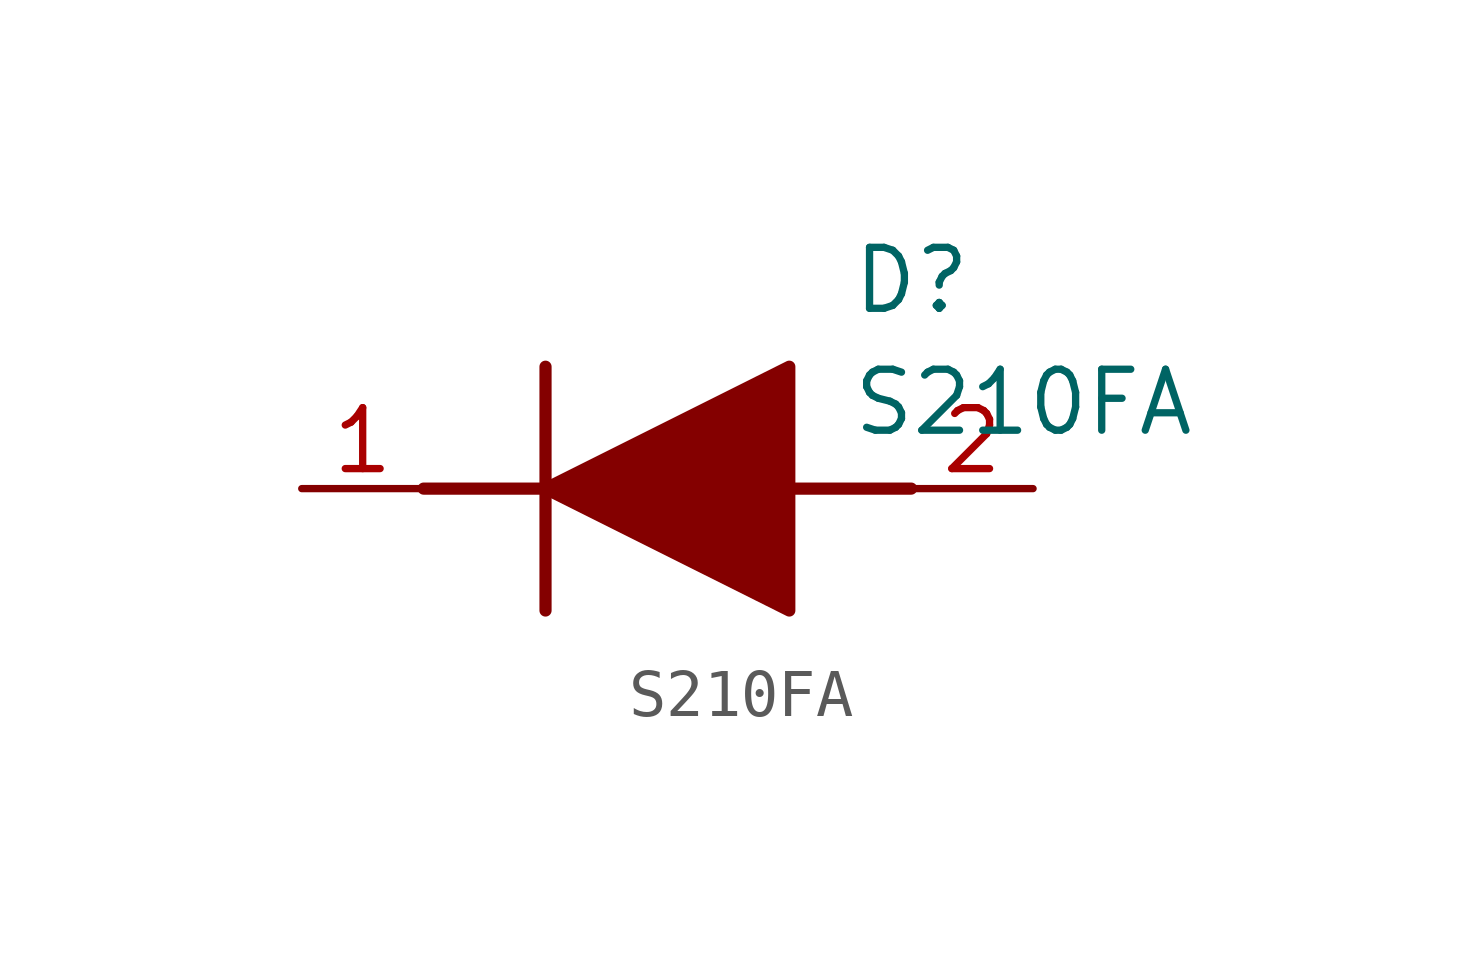
<source format=kicad_sym>
(kicad_symbol_lib
  (version 20211014)
  (generator SamacSys_ECAD_Model)
  (symbol "S210FA"
    (pin_names hide)
    (property "Reference" "D"
      (at 11.43 5.08 0)
      (effects (font (size 1.27 1.27)) (justify left top)))
    (property "Value" "S210FA"
      (at 11.43 2.54 0)
      (effects (font (size 1.27 1.27)) (justify left top)))
    (polyline
      (pts (xy 5.08 2.54) (xy 5.08 -2.54))
      (stroke (width 0.254) (type default))
      (fill (type none)))
    (polyline
      (pts (xy 2.54 0) (xy 5.08 0))
      (stroke (width 0.254) (type default))
      (fill (type none)))
    (polyline
      (pts (xy 10.16 0) (xy 12.7 0))
      (stroke (width 0.254) (type default))
      (fill (type none)))
    (polyline
      (pts (xy 5.08 0) (xy 10.16 2.54) (xy 10.16 -2.54) (xy 5.08 0))
      (stroke (width 0.254) (type default))
      (fill (type outline)))
    (pin passive line
      (at 0 0 0)
      (length 2.54)
      (name "K" (effects (font (size 1.27 1.27))))
      (number "1" (effects (font (size 1.27 1.27)))))
    (pin passive line
      (at 15.24 0 180)
      (length 2.54)
      (name "A" (effects (font (size 1.27 1.27))))
      (number "2" (effects (font (size 1.27 1.27)))))))
</source>
